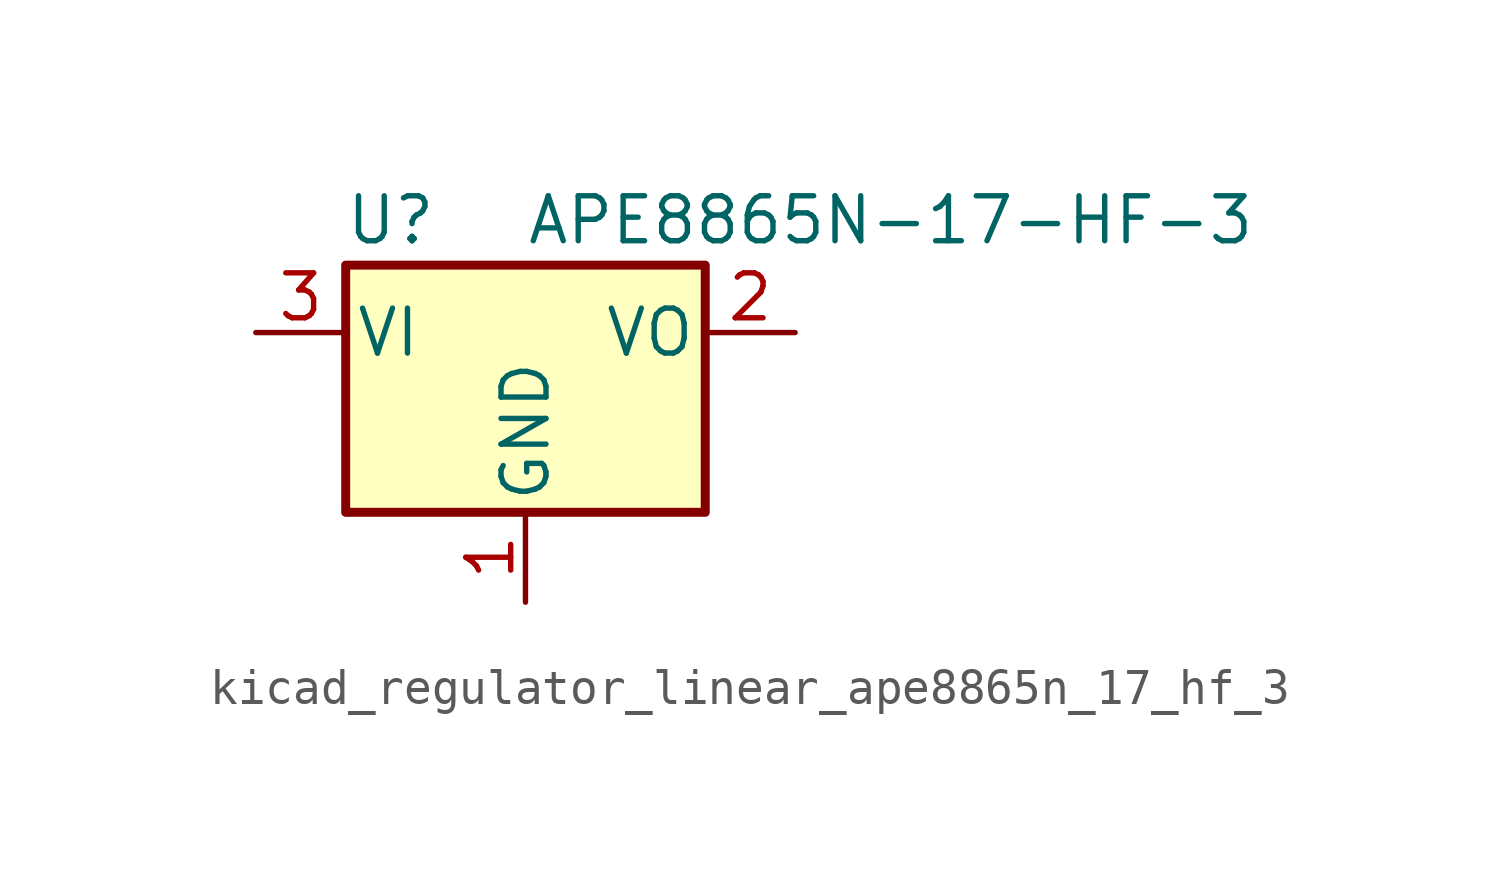
<source format=kicad_sym>
(kicad_symbol_lib
  (version 20220914)
  (generator kicad_symbol_editor)
  (symbol "kicad_regulator_linear_ape8865n_17_hf_3"
    (pin_names
      (offset 0.254))
    (property "Reference" "U"
      (at -3.81 3.175 0)
      (effects (font (size 1.27 1.27))))
    (property "Value" "APE8865N-17-HF-3"
      (at 0 3.175 0)
      (effects (font (size 1.27 1.27)) (justify left)))
    (symbol "kicad_regulator_linear_ape8865n_17_hf_3_0_1"
      (rectangle (start -5.08 1.905) (end 5.08 -5.08) (stroke (width 0.254) (type default)) (fill (type background))))
    (symbol "kicad_regulator_linear_ape8865n_17_hf_3_1_1"
      (pin power_in line (at 0 -7.62 90) (length 2.54) (name "GND" (effects (font (size 1.27 1.27)))) (number "1" (effects (font (size 1.27 1.27)))))
      (pin power_out line (at 7.62 0 180) (length 2.54) (name "VO" (effects (font (size 1.27 1.27)))) (number "2" (effects (font (size 1.27 1.27)))))
      (pin power_in line (at -7.62 0 0) (length 2.54) (name "VI" (effects (font (size 1.27 1.27)))) (number "3" (effects (font (size 1.27 1.27))))))))
</source>
